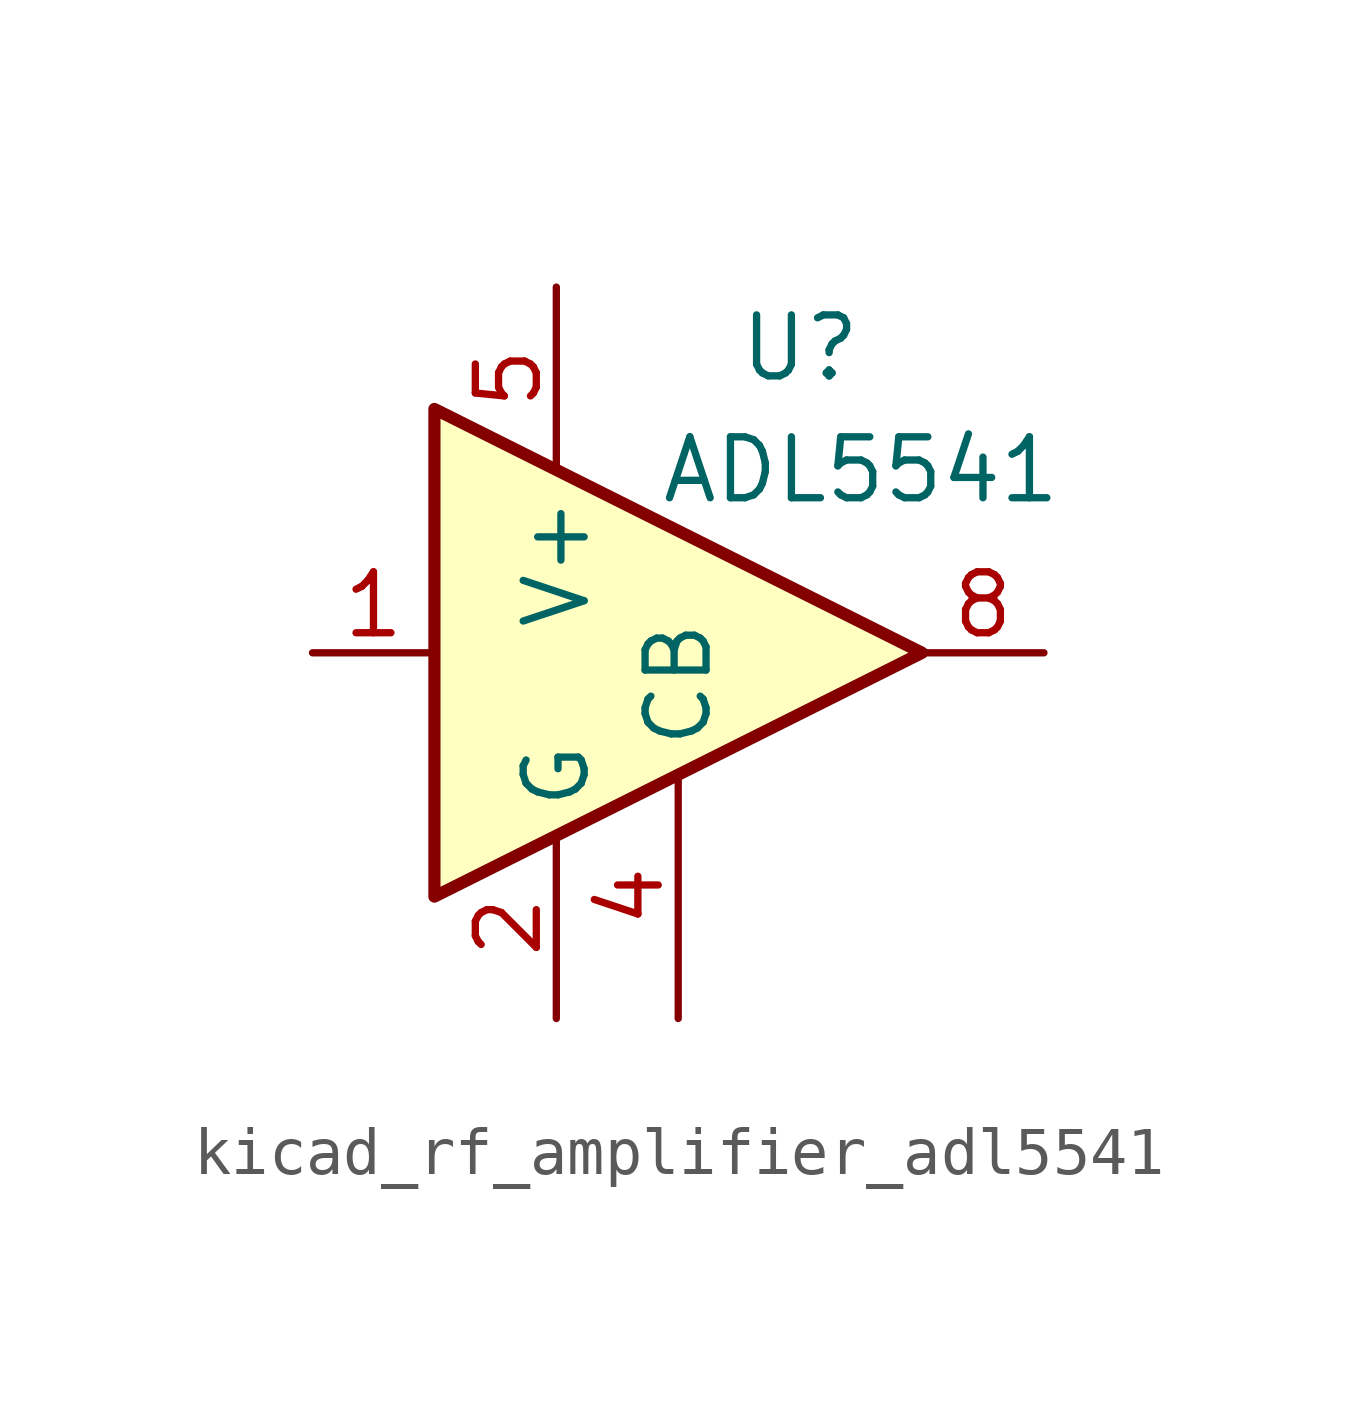
<source format=kicad_sym>
(kicad_symbol_lib
  (version 20220914)
  (generator kicad_symbol_editor)
  (symbol "kicad_rf_amplifier_adl5541"
    (property "Reference" "U"
      (at 2.54 6.35 0)
      (effects (font (size 1.27 1.27))))
    (property "Value" "ADL5541"
      (at 3.81 3.81 0)
      (effects (font (size 1.27 1.27))))
    (symbol "kicad_rf_amplifier_adl5541_0_1"
      (polyline (pts (xy 5.08 0) (xy -5.08 5.08) (xy -5.08 -5.08) (xy 5.08 0)) (stroke (width 0.254) (type default)) (fill (type background))))
    (symbol "kicad_rf_amplifier_adl5541_1_1"
      (pin input line (at -7.62 0 0) (length 2.54) (name "~" (effects (font (size 1.27 1.27)))) (number "1" (effects (font (size 1.27 1.27)))))
      (pin power_in line (at -2.54 -7.62 90) (length 3.81) (name "G" (effects (font (size 1.27 1.27)))) (number "2" (effects (font (size 1.27 1.27)))))
      (pin passive line (at 0 -7.62 90) (length 5.08) (name "CB" (effects (font (size 1.27 1.27)))) (number "4" (effects (font (size 1.27 1.27)))))
      (pin power_in line (at -2.54 7.62 270) (length 3.81) (name "V+" (effects (font (size 1.27 1.27)))) (number "5" (effects (font (size 1.27 1.27)))))
      (pin output line (at 7.62 0 180) (length 2.54) (name "~" (effects (font (size 1.27 1.27)))) (number "8" (effects (font (size 1.27 1.27))))))))
</source>
